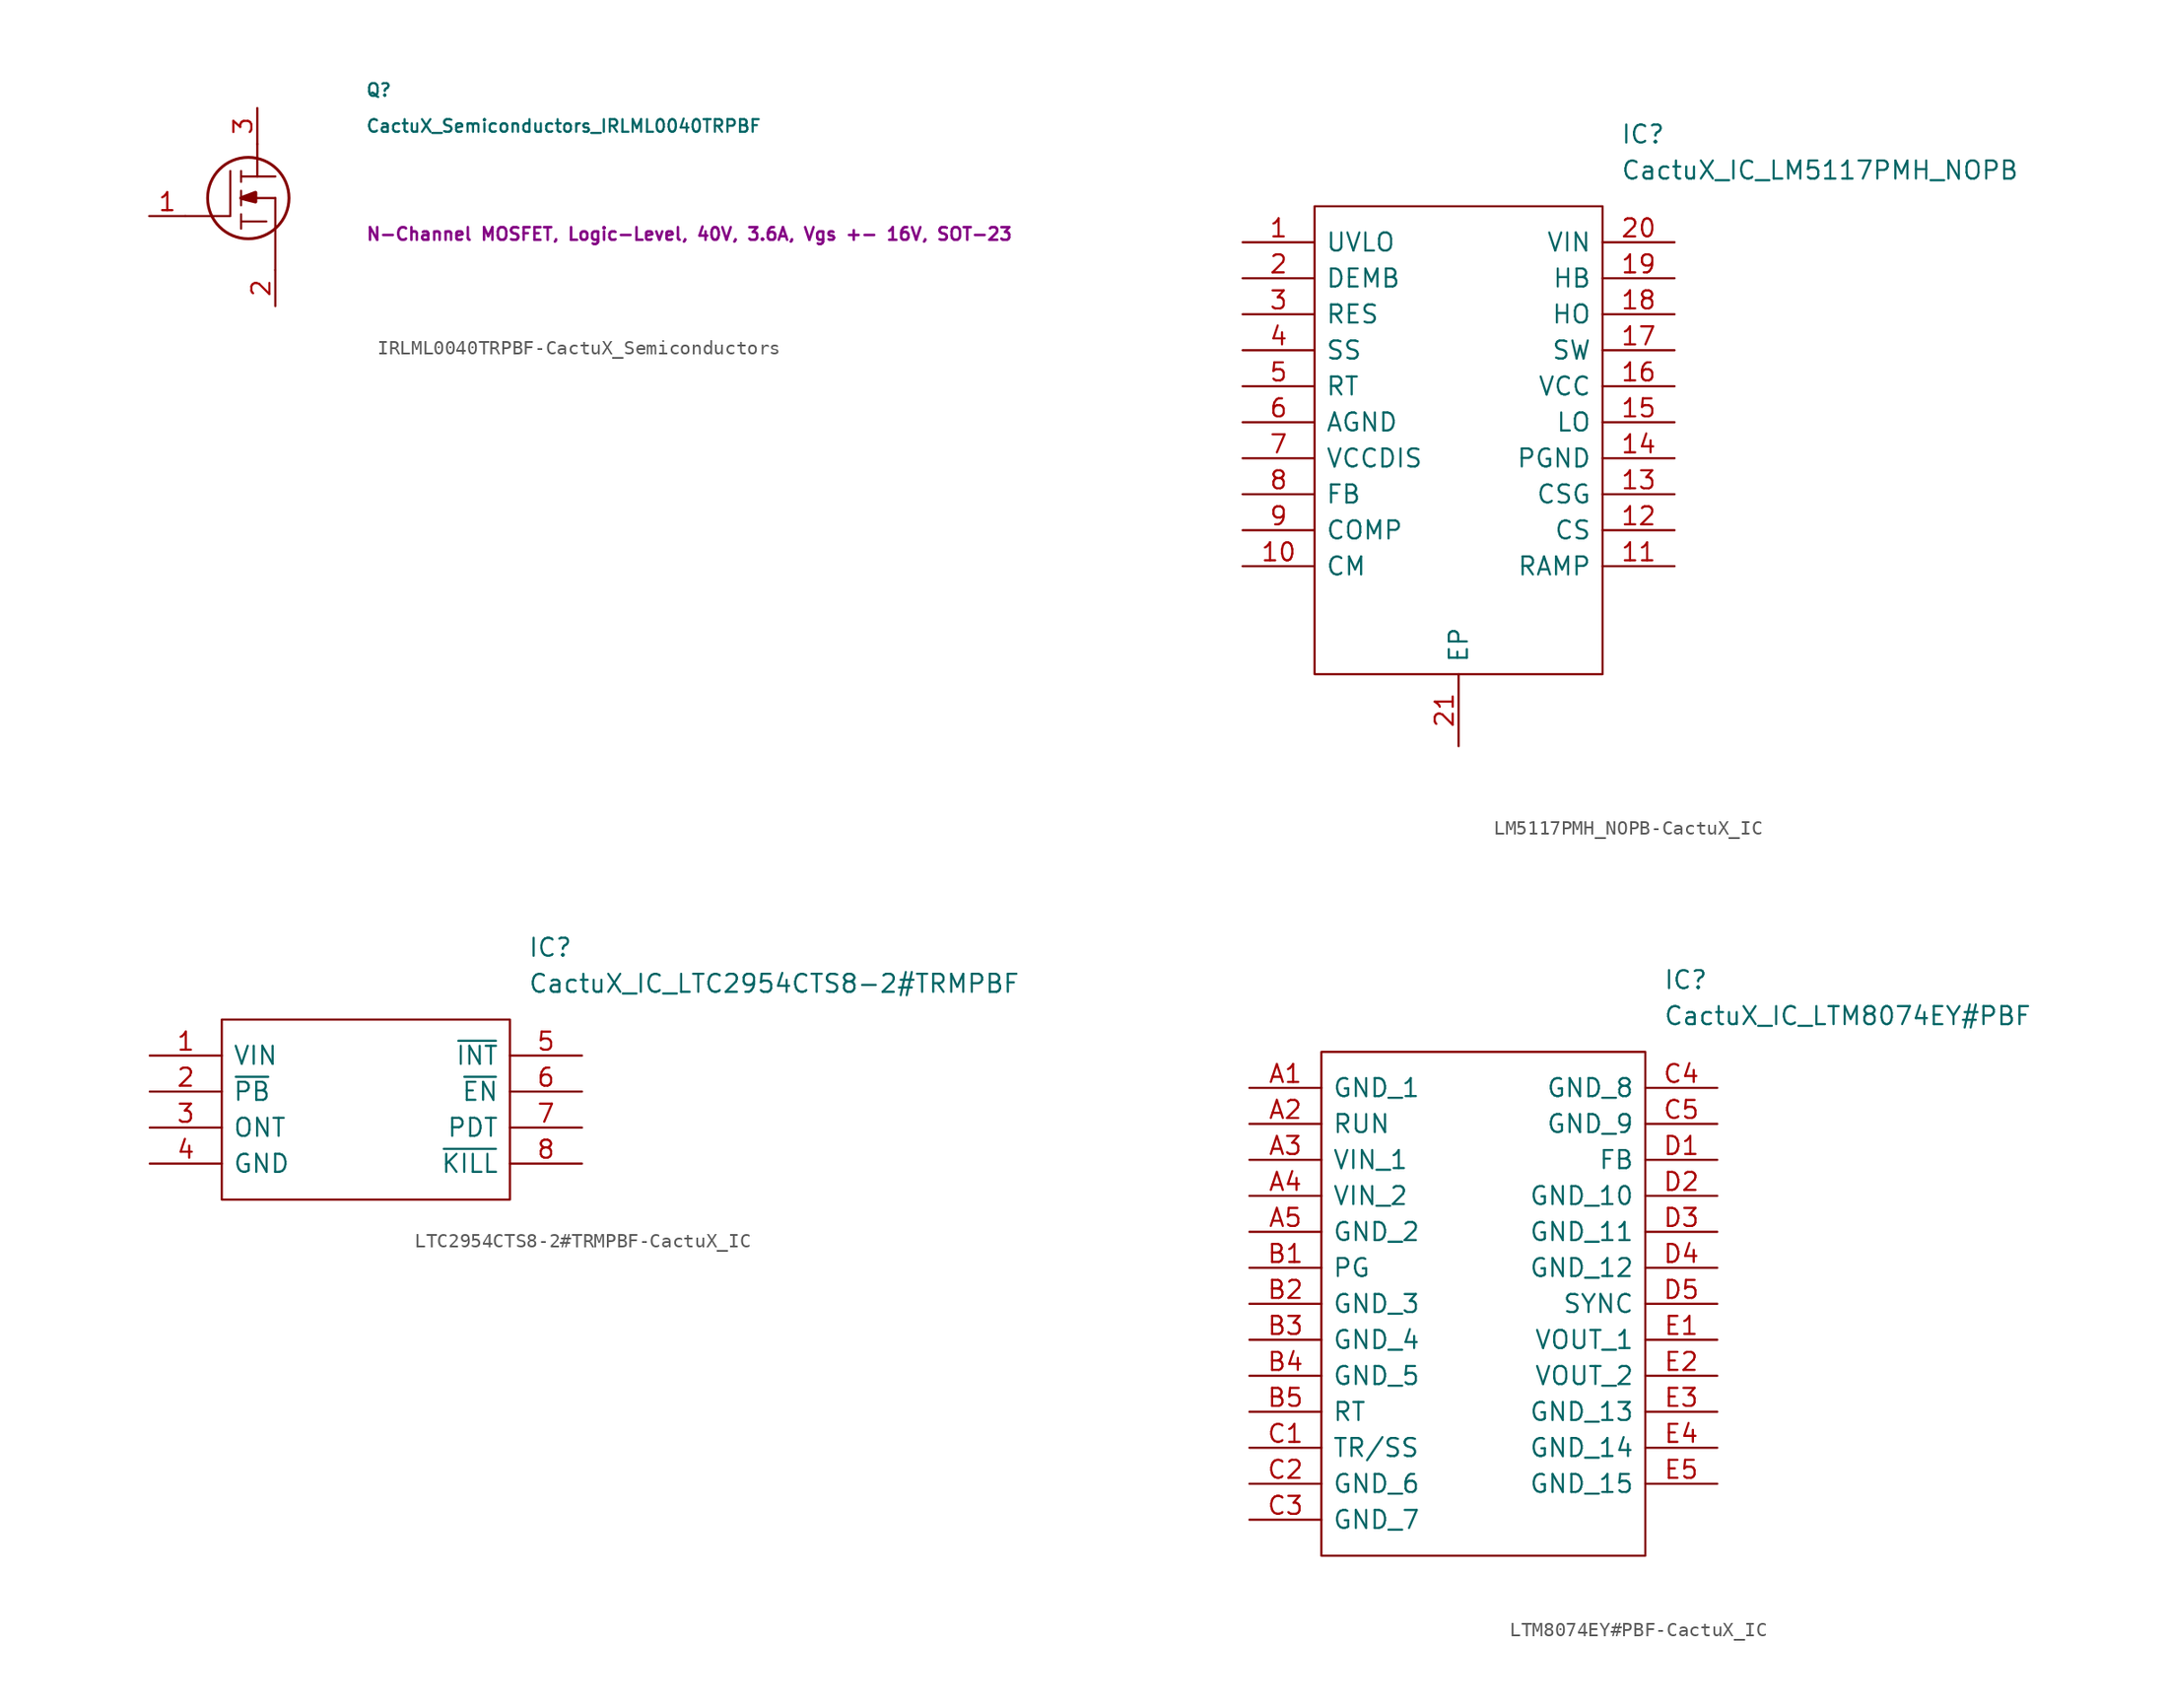
<source format=kicad_sym>
(kicad_symbol_lib
  (version 20220914)
  (generator kicad_symbol_editor)
  (symbol "IRLML0040TRPBF-CactuX_Semiconductors"
    (pin_names
      (offset 0.762))
    (property "Reference" "Q"
      (at 16.51 7.62 0)
      (effects (font (size 0.889 0.889)) (justify left)))
    (property "Value" "CactuX_Semiconductors_IRLML0040TRPBF"
      (at 16.51 5.08 0)
      (effects (font (size 0.889 0.889)) (justify left)))
    (property "Description" "N-Channel MOSFET, Logic-Level, 40V, 3.6A, Vgs +- 16V, SOT-23"
      (at 16.51 -2.54 0)
      (effects (font (size 0.889 0.889) bold) (justify left)))
    (symbol "IRLML0040TRPBF-CactuX_Semiconductors_1_1"
      (polyline (pts (xy 7.747 -2.159) (xy 7.747 -1.143)) (stroke (width 0.152) (type solid)) (fill (type none)))
      (polyline (pts (xy 7.747 -1.651) (xy 9.525 -1.651)) (stroke (width 0.152) (type solid)) (fill (type none)))
      (polyline (pts (xy 7.747 -0.508) (xy 7.747 0.508)) (stroke (width 0.152) (type solid)) (fill (type none)))
      (polyline (pts (xy 7.747 1.905) (xy 7.747 1.143)) (stroke (width 0.152) (type solid)) (fill (type none)))
      (polyline (pts (xy 8.89 1.524) (xy 8.89 3.81)) (stroke (width 0.152) (type solid)) (fill (type none)))
      (polyline (pts (xy 10.16 0) (xy 7.747 0)) (stroke (width 0.152) (type solid)) (fill (type none)))
      (polyline (pts (xy 10.16 0) (xy 10.16 -5.08)) (stroke (width 0.152) (type solid)) (fill (type none)))
      (polyline (pts (xy 10.16 1.524) (xy 7.747 1.524)) (stroke (width 0.152) (type solid)) (fill (type none)))
      (polyline (pts (xy 3.81 -1.27) (xy 6.985 -1.27) (xy 6.985 1.905)) (stroke (width 0.152) (type solid)) (fill (type none)))
      (polyline (pts (xy 7.747 0) (xy 8.763 0.381) (xy 8.763 -0.254) (xy 7.747 0)) (stroke (width 0.254) (type solid)) (fill (type outline)))
      (circle (center 8.255 0) (radius 2.87) (stroke (width 0.203) (type solid)) (fill (type none)))
      (pin passive line (at 1.27 -1.27 0) (length 2.54) (name "~" (effects (font (size 1.27 1.27)))) (number "1" (effects (font (size 1.27 1.27)))))
      (pin passive line (at 10.16 -7.62 90) (length 2.54) (name "~" (effects (font (size 1.27 1.27)))) (number "2" (effects (font (size 1.27 1.27)))))
      (pin passive line (at 8.89 6.35 270) (length 2.54) (name "~" (effects (font (size 1.27 1.27)))) (number "3" (effects (font (size 1.27 1.27)))))))
  (symbol "LM5117PMH_NOPB-CactuX_IC"
    (pin_names
      (offset 0.762))
    (property "Reference" "IC"
      (at 26.67 7.62 0)
      (effects (font (size 1.27 1.27)) (justify left)))
    (property "Value" "CactuX_IC_LM5117PMH_NOPB"
      (at 26.67 5.08 0)
      (effects (font (size 1.27 1.27)) (justify left)))
    (symbol "LM5117PMH_NOPB-CactuX_IC_0_0"
      (pin passive line (at 0 0 0) (length 5.08) (name "UVLO" (effects (font (size 1.27 1.27)))) (number "1" (effects (font (size 1.27 1.27)))))
      (pin passive line (at 0 -22.86 0) (length 5.08) (name "CM" (effects (font (size 1.27 1.27)))) (number "10" (effects (font (size 1.27 1.27)))))
      (pin passive line (at 30.48 -22.86 180) (length 5.08) (name "RAMP" (effects (font (size 1.27 1.27)))) (number "11" (effects (font (size 1.27 1.27)))))
      (pin passive line (at 30.48 -20.32 180) (length 5.08) (name "CS" (effects (font (size 1.27 1.27)))) (number "12" (effects (font (size 1.27 1.27)))))
      (pin passive line (at 30.48 -17.78 180) (length 5.08) (name "CSG" (effects (font (size 1.27 1.27)))) (number "13" (effects (font (size 1.27 1.27)))))
      (pin passive line (at 30.48 -15.24 180) (length 5.08) (name "PGND" (effects (font (size 1.27 1.27)))) (number "14" (effects (font (size 1.27 1.27)))))
      (pin passive line (at 30.48 -12.7 180) (length 5.08) (name "LO" (effects (font (size 1.27 1.27)))) (number "15" (effects (font (size 1.27 1.27)))))
      (pin passive line (at 30.48 -10.16 180) (length 5.08) (name "VCC" (effects (font (size 1.27 1.27)))) (number "16" (effects (font (size 1.27 1.27)))))
      (pin passive line (at 30.48 -7.62 180) (length 5.08) (name "SW" (effects (font (size 1.27 1.27)))) (number "17" (effects (font (size 1.27 1.27)))))
      (pin passive line (at 30.48 -5.08 180) (length 5.08) (name "HO" (effects (font (size 1.27 1.27)))) (number "18" (effects (font (size 1.27 1.27)))))
      (pin passive line (at 30.48 -2.54 180) (length 5.08) (name "HB" (effects (font (size 1.27 1.27)))) (number "19" (effects (font (size 1.27 1.27)))))
      (pin passive line (at 0 -2.54 0) (length 5.08) (name "DEMB" (effects (font (size 1.27 1.27)))) (number "2" (effects (font (size 1.27 1.27)))))
      (pin passive line (at 30.48 0 180) (length 5.08) (name "VIN" (effects (font (size 1.27 1.27)))) (number "20" (effects (font (size 1.27 1.27)))))
      (pin passive line (at 15.24 -35.56 90) (length 5.08) (name "EP" (effects (font (size 1.27 1.27)))) (number "21" (effects (font (size 1.27 1.27)))))
      (pin passive line (at 0 -5.08 0) (length 5.08) (name "RES" (effects (font (size 1.27 1.27)))) (number "3" (effects (font (size 1.27 1.27)))))
      (pin passive line (at 0 -7.62 0) (length 5.08) (name "SS" (effects (font (size 1.27 1.27)))) (number "4" (effects (font (size 1.27 1.27)))))
      (pin passive line (at 0 -10.16 0) (length 5.08) (name "RT" (effects (font (size 1.27 1.27)))) (number "5" (effects (font (size 1.27 1.27)))))
      (pin passive line (at 0 -12.7 0) (length 5.08) (name "AGND" (effects (font (size 1.27 1.27)))) (number "6" (effects (font (size 1.27 1.27)))))
      (pin passive line (at 0 -15.24 0) (length 5.08) (name "VCCDIS" (effects (font (size 1.27 1.27)))) (number "7" (effects (font (size 1.27 1.27)))))
      (pin passive line (at 0 -17.78 0) (length 5.08) (name "FB" (effects (font (size 1.27 1.27)))) (number "8" (effects (font (size 1.27 1.27)))))
      (pin passive line (at 0 -20.32 0) (length 5.08) (name "COMP" (effects (font (size 1.27 1.27)))) (number "9" (effects (font (size 1.27 1.27))))))
    (symbol "LM5117PMH_NOPB-CactuX_IC_0_1"
      (polyline (pts (xy 5.08 2.54) (xy 25.4 2.54) (xy 25.4 -30.48) (xy 5.08 -30.48) (xy 5.08 2.54)) (stroke (width 0.152) (type solid)) (fill (type none)))))
  (symbol "LTC2954CTS8-2#TRMPBF-CactuX_IC"
    (pin_names
      (offset 0.762))
    (property "Reference" "IC"
      (at 26.67 7.62 0)
      (effects (font (size 1.27 1.27)) (justify left)))
    (property "Value" "CactuX_IC_LTC2954CTS8-2#TRMPBF"
      (at 26.67 5.08 0)
      (effects (font (size 1.27 1.27)) (justify left)))
    (symbol "LTC2954CTS8-2#TRMPBF-CactuX_IC_0_0"
      (pin passive line (at 0 0 0) (length 5.08) (name "VIN" (effects (font (size 1.27 1.27)))) (number "1" (effects (font (size 1.27 1.27)))))
      (pin passive line (at 0 -2.54 0) (length 5.08) (name "~{PB}" (effects (font (size 1.27 1.27)))) (number "2" (effects (font (size 1.27 1.27)))))
      (pin passive line (at 0 -5.08 0) (length 5.08) (name "ONT" (effects (font (size 1.27 1.27)))) (number "3" (effects (font (size 1.27 1.27)))))
      (pin passive line (at 0 -7.62 0) (length 5.08) (name "GND" (effects (font (size 1.27 1.27)))) (number "4" (effects (font (size 1.27 1.27)))))
      (pin passive line (at 30.48 0 180) (length 5.08) (name "~{INT}" (effects (font (size 1.27 1.27)))) (number "5" (effects (font (size 1.27 1.27)))))
      (pin passive line (at 30.48 -2.54 180) (length 5.08) (name "~{EN}" (effects (font (size 1.27 1.27)))) (number "6" (effects (font (size 1.27 1.27)))))
      (pin passive line (at 30.48 -5.08 180) (length 5.08) (name "PDT" (effects (font (size 1.27 1.27)))) (number "7" (effects (font (size 1.27 1.27)))))
      (pin passive line (at 30.48 -7.62 180) (length 5.08) (name "~{KILL}" (effects (font (size 1.27 1.27)))) (number "8" (effects (font (size 1.27 1.27))))))
    (symbol "LTC2954CTS8-2#TRMPBF-CactuX_IC_0_1"
      (polyline (pts (xy 5.08 2.54) (xy 25.4 2.54) (xy 25.4 -10.16) (xy 5.08 -10.16) (xy 5.08 2.54)) (stroke (width 0.152) (type solid)) (fill (type none)))))
  (symbol "LTM8074EY#PBF-CactuX_IC"
    (pin_names
      (offset 0.762))
    (property "Reference" "IC"
      (at 29.21 7.62 0)
      (effects (font (size 1.27 1.27)) (justify left)))
    (property "Value" "CactuX_IC_LTM8074EY#PBF"
      (at 29.21 5.08 0)
      (effects (font (size 1.27 1.27)) (justify left)))
    (symbol "LTM8074EY#PBF-CactuX_IC_0_0"
      (pin passive line (at 0 0 0) (length 5.08) (name "GND_1" (effects (font (size 1.27 1.27)))) (number "A1" (effects (font (size 1.27 1.27)))))
      (pin passive line (at 0 -2.54 0) (length 5.08) (name "RUN" (effects (font (size 1.27 1.27)))) (number "A2" (effects (font (size 1.27 1.27)))))
      (pin passive line (at 0 -5.08 0) (length 5.08) (name "VIN_1" (effects (font (size 1.27 1.27)))) (number "A3" (effects (font (size 1.27 1.27)))))
      (pin passive line (at 0 -7.62 0) (length 5.08) (name "VIN_2" (effects (font (size 1.27 1.27)))) (number "A4" (effects (font (size 1.27 1.27)))))
      (pin passive line (at 0 -10.16 0) (length 5.08) (name "GND_2" (effects (font (size 1.27 1.27)))) (number "A5" (effects (font (size 1.27 1.27)))))
      (pin passive line (at 0 -12.7 0) (length 5.08) (name "PG" (effects (font (size 1.27 1.27)))) (number "B1" (effects (font (size 1.27 1.27)))))
      (pin passive line (at 0 -15.24 0) (length 5.08) (name "GND_3" (effects (font (size 1.27 1.27)))) (number "B2" (effects (font (size 1.27 1.27)))))
      (pin passive line (at 0 -17.78 0) (length 5.08) (name "GND_4" (effects (font (size 1.27 1.27)))) (number "B3" (effects (font (size 1.27 1.27)))))
      (pin passive line (at 0 -20.32 0) (length 5.08) (name "GND_5" (effects (font (size 1.27 1.27)))) (number "B4" (effects (font (size 1.27 1.27)))))
      (pin passive line (at 0 -22.86 0) (length 5.08) (name "RT" (effects (font (size 1.27 1.27)))) (number "B5" (effects (font (size 1.27 1.27)))))
      (pin passive line (at 0 -25.4 0) (length 5.08) (name "TR/SS" (effects (font (size 1.27 1.27)))) (number "C1" (effects (font (size 1.27 1.27)))))
      (pin passive line (at 0 -27.94 0) (length 5.08) (name "GND_6" (effects (font (size 1.27 1.27)))) (number "C2" (effects (font (size 1.27 1.27)))))
      (pin passive line (at 0 -30.48 0) (length 5.08) (name "GND_7" (effects (font (size 1.27 1.27)))) (number "C3" (effects (font (size 1.27 1.27)))))
      (pin passive line (at 33.02 0 180) (length 5.08) (name "GND_8" (effects (font (size 1.27 1.27)))) (number "C4" (effects (font (size 1.27 1.27)))))
      (pin passive line (at 33.02 -2.54 180) (length 5.08) (name "GND_9" (effects (font (size 1.27 1.27)))) (number "C5" (effects (font (size 1.27 1.27)))))
      (pin passive line (at 33.02 -5.08 180) (length 5.08) (name "FB" (effects (font (size 1.27 1.27)))) (number "D1" (effects (font (size 1.27 1.27)))))
      (pin passive line (at 33.02 -7.62 180) (length 5.08) (name "GND_10" (effects (font (size 1.27 1.27)))) (number "D2" (effects (font (size 1.27 1.27)))))
      (pin passive line (at 33.02 -10.16 180) (length 5.08) (name "GND_11" (effects (font (size 1.27 1.27)))) (number "D3" (effects (font (size 1.27 1.27)))))
      (pin passive line (at 33.02 -12.7 180) (length 5.08) (name "GND_12" (effects (font (size 1.27 1.27)))) (number "D4" (effects (font (size 1.27 1.27)))))
      (pin passive line (at 33.02 -15.24 180) (length 5.08) (name "SYNC" (effects (font (size 1.27 1.27)))) (number "D5" (effects (font (size 1.27 1.27)))))
      (pin passive line (at 33.02 -17.78 180) (length 5.08) (name "VOUT_1" (effects (font (size 1.27 1.27)))) (number "E1" (effects (font (size 1.27 1.27)))))
      (pin passive line (at 33.02 -20.32 180) (length 5.08) (name "VOUT_2" (effects (font (size 1.27 1.27)))) (number "E2" (effects (font (size 1.27 1.27)))))
      (pin passive line (at 33.02 -22.86 180) (length 5.08) (name "GND_13" (effects (font (size 1.27 1.27)))) (number "E3" (effects (font (size 1.27 1.27)))))
      (pin passive line (at 33.02 -25.4 180) (length 5.08) (name "GND_14" (effects (font (size 1.27 1.27)))) (number "E4" (effects (font (size 1.27 1.27)))))
      (pin passive line (at 33.02 -27.94 180) (length 5.08) (name "GND_15" (effects (font (size 1.27 1.27)))) (number "E5" (effects (font (size 1.27 1.27))))))
    (symbol "LTM8074EY#PBF-CactuX_IC_0_1"
      (polyline (pts (xy 5.08 2.54) (xy 27.94 2.54) (xy 27.94 -33.02) (xy 5.08 -33.02) (xy 5.08 2.54)) (stroke (width 0.152) (type solid)) (fill (type none))))))
</source>
